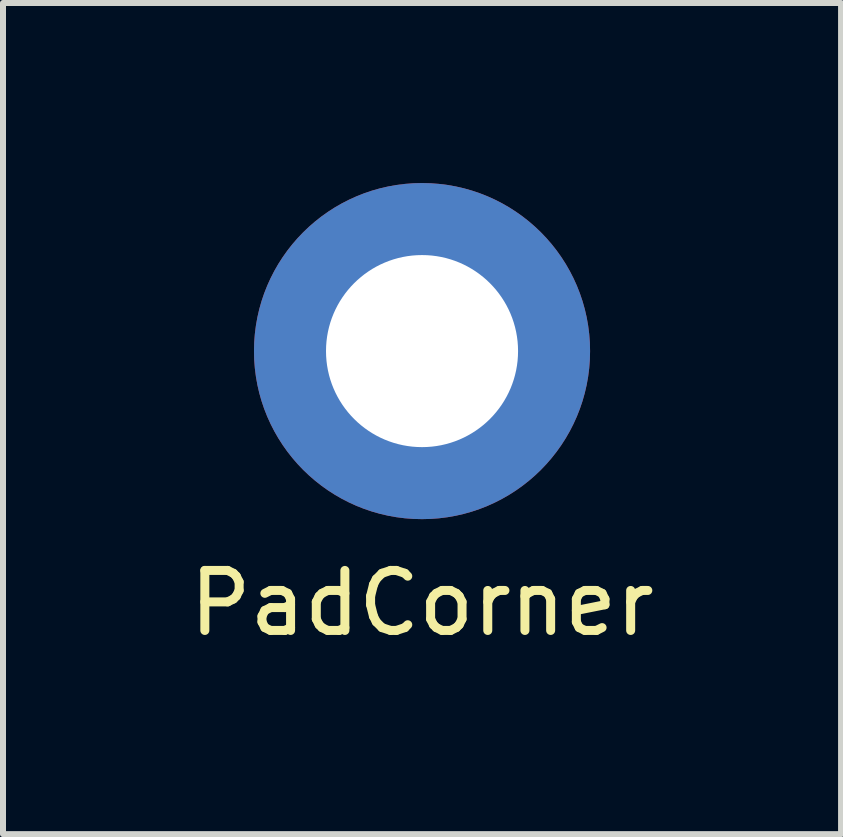
<source format=kicad_pcb>
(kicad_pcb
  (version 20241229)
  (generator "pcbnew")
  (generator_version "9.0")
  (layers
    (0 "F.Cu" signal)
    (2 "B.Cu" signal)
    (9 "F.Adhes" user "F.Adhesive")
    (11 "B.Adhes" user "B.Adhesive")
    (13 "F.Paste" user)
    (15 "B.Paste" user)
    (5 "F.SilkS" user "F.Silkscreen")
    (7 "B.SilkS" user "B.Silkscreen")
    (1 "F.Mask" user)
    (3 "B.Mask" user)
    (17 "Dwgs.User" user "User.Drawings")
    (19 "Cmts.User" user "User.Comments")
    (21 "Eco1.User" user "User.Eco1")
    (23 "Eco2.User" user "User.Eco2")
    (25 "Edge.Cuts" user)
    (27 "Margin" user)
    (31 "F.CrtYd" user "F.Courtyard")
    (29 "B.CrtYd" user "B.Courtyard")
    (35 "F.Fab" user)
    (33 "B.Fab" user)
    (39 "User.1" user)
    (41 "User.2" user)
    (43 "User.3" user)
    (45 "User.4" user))
  (footprint "PadCorner"
    (layer "F.Cu")
    (at 3.982 2.8)
    (property "Reference" "PadCorner" (at 0 4.2 0) (layer "F.SilkS") (effects (font (size 1 1) (thickness 0.15))))
    (attr through_hole)
    (pad "~" thru_hole circle (at 0 0) (size 5.6 5.6) (drill 3.2) (layers "*.Cu" "*.Mask")))
  (gr_rect
    (start -3 -3)
    (end 10.964 10.848)
    (stroke (width 0.1) (type default))
    (fill no)
    (layer "Edge.Cuts")))
</source>
